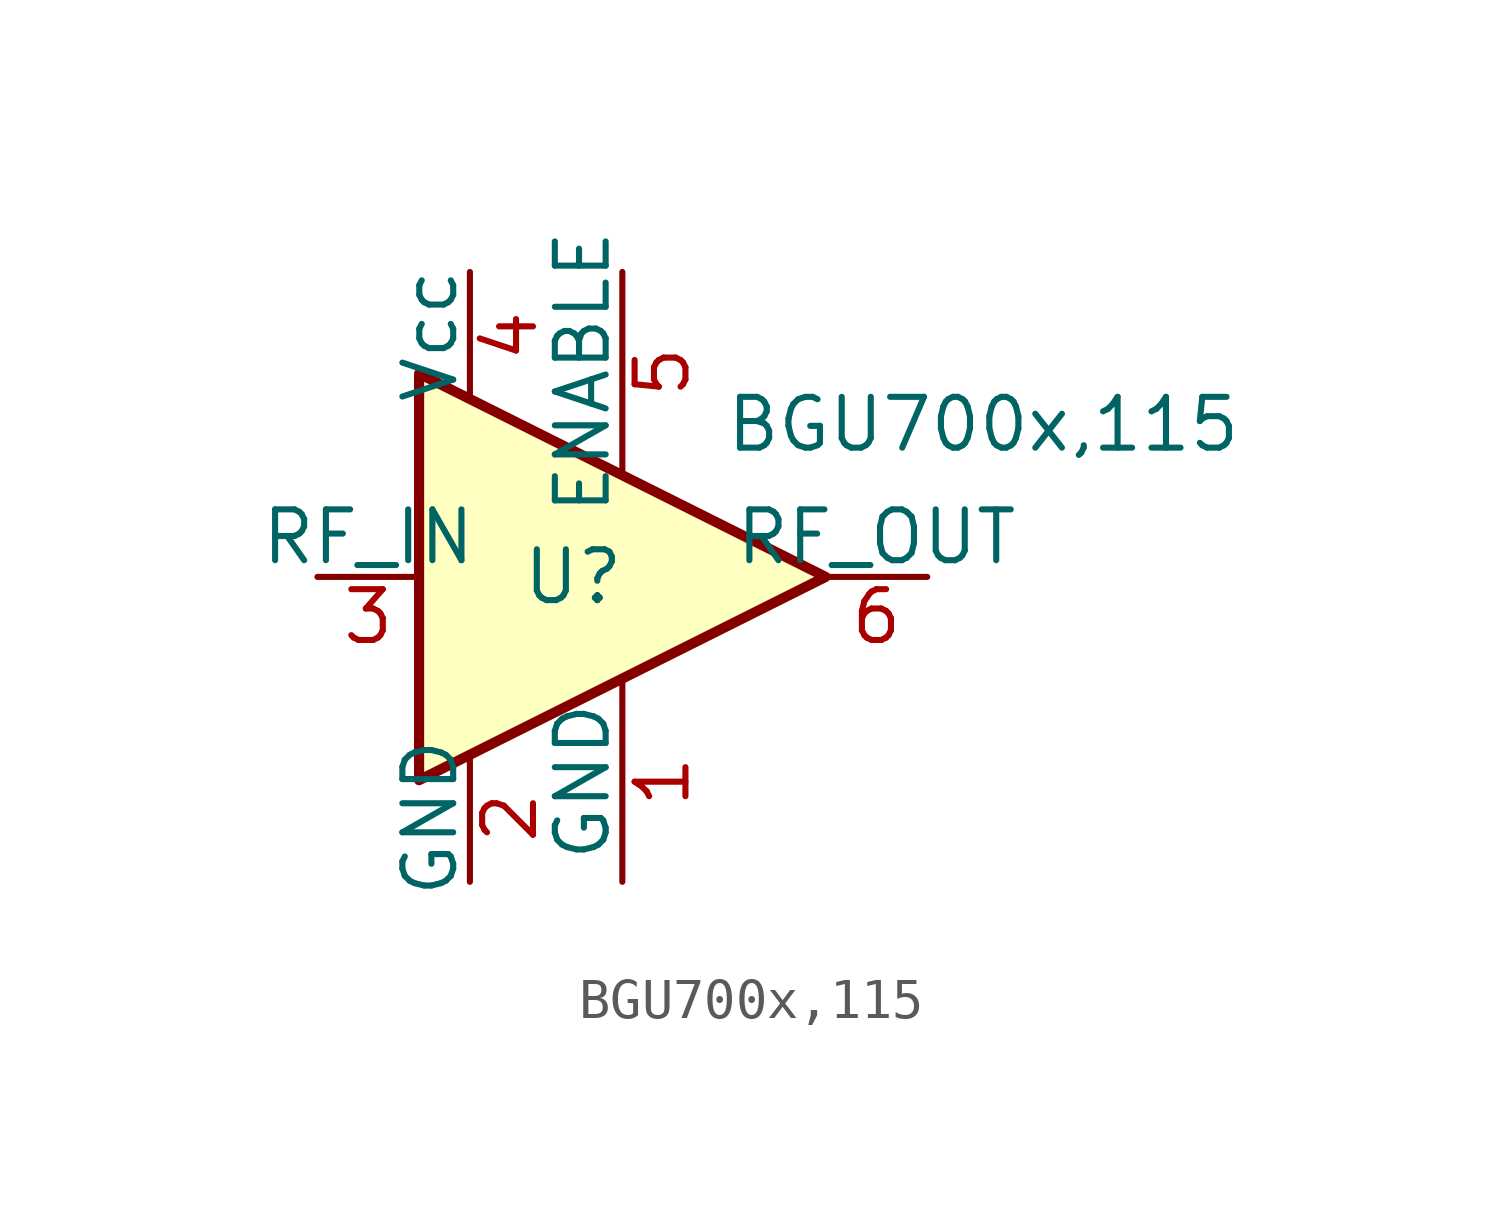
<source format=kicad_sym>
(kicad_symbol_lib
  (version 20211014)
  (generator kicad_symbol_editor)
  (symbol "BGU700x,115"
    (pin_names
      (offset 0))
    (property "Reference" "U"
      (at -2.54 0 0)
      (effects (font (size 1.27 1.27)) (justify left)))
    (property "Value" "BGU700x,115"
      (at 2.54 3.81 0)
      (effects (font (size 1.27 1.27)) (justify left)))
    (symbol "BGU700x,115_0_1"
      (polyline (pts (xy -5.08 5.08) (xy 5.08 0) (xy -5.08 -5.08) (xy -5.08 5.08)) (stroke (width 0.254) (type default) (color 0 0 0 0)) (fill (type background)))
      (pin power_in line (at -3.81 -7.62 90) (length 3.2) (name "GND" (effects (font (size 1.27 1.27)))) (number "2" (effects (font (size 1.27 1.27)))))
      (pin power_in line (at -3.81 7.62 270) (length 3.2) (name "Vcc" (effects (font (size 1.27 1.27)))) (number "4" (effects (font (size 1.27 1.27))))))
    (symbol "BGU700x,115_1_1"
      (pin input line (at 0 -7.62 90) (length 5.004) (name "GND" (effects (font (size 1.27 1.27)))) (number "1" (effects (font (size 1.27 1.27)))))
      (pin input line (at -7.62 0 0) (length 2.54) (name "RF_IN" (effects (font (size 1.27 1.27)))) (number "3" (effects (font (size 1.27 1.27)))))
      (pin input line (at 0 7.62 270) (length 5.004) (name "ENABLE" (effects (font (size 1.27 1.27)))) (number "5" (effects (font (size 1.27 1.27)))))
      (pin output line (at 7.62 0 180) (length 2.54) (name "RF_OUT" (effects (font (size 1.27 1.27)))) (number "6" (effects (font (size 1.27 1.27))))))))
</source>
